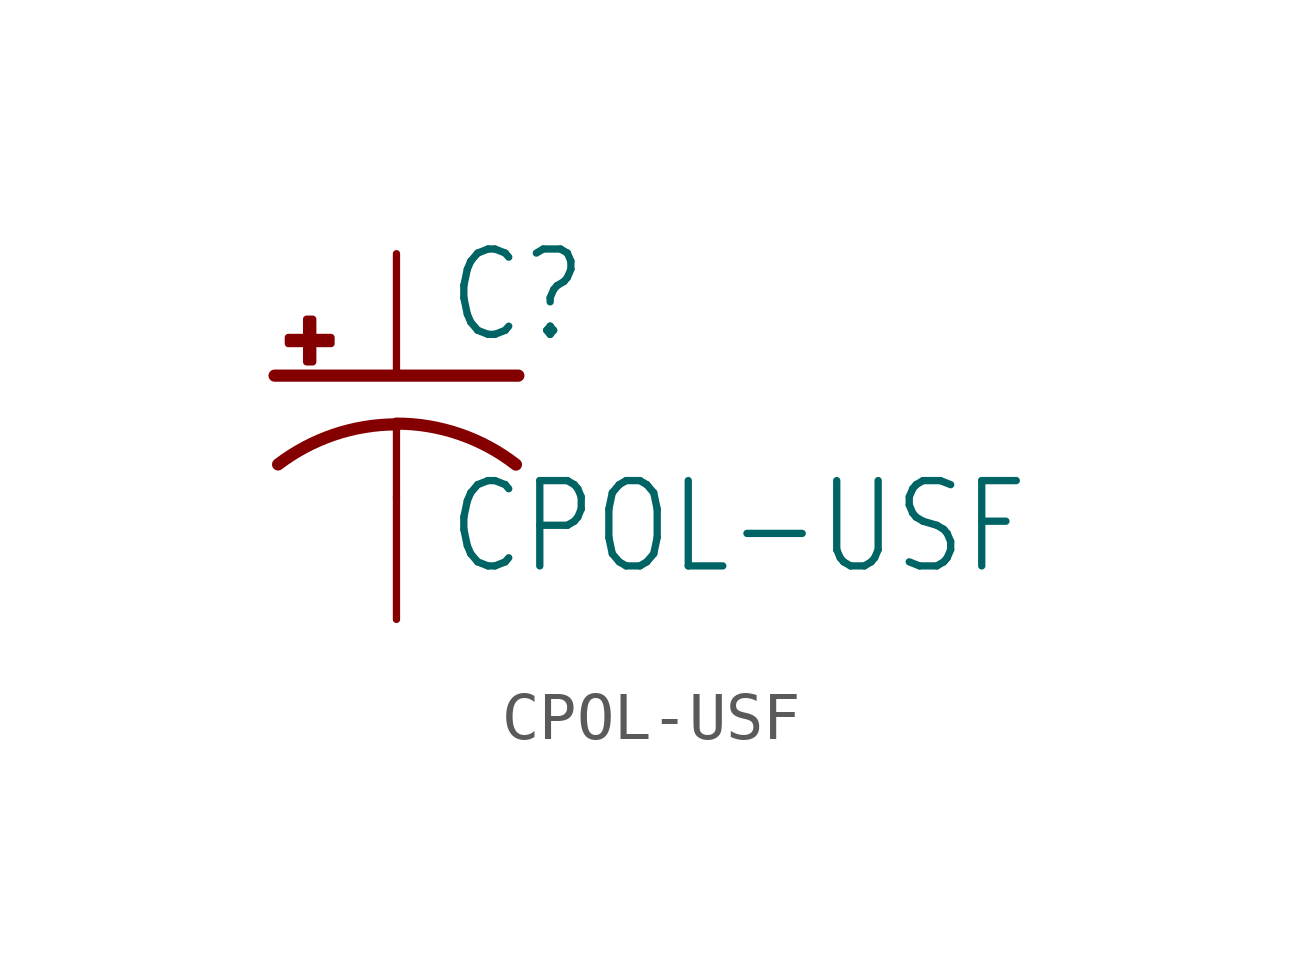
<source format=kicad_sym>
(kicad_symbol_lib
  (version 20220331)
  (generator kicad_symbol_editor)
  (symbol "CPOL-USF"
    (property "Reference" "C"
      (at 1.016 0.635 0)
      (effects (font (size 1.778 1.511)) (justify left bottom)))
    (property "Value" "CPOL-USF"
      (at 1.016 -4.191 0)
      (effects (font (size 1.778 1.511)) (justify left bottom)))
    (property "ki_locked" ""
      (at 0 0 0)
      (effects (font (size 1.27 1.27))))
    (symbol "CPOL-USF_1_0"
      (rectangle (start -2.253 0.668) (end -1.364 0.795) (stroke (width 0) (type default)) (fill (type outline)))
      (rectangle (start -1.872 0.287) (end -1.745 1.176) (stroke (width 0) (type default)) (fill (type outline)))
      (arc (start 0 -1.0161) (mid -1.3021 -1.2302) (end -2.4669 -1.8504) (stroke (width 0.254) (type solid)) (fill (type none)))
      (polyline (pts (xy -2.54 0) (xy 2.54 0)) (stroke (width 0.254) (type solid)) (fill (type none)))
      (polyline (pts (xy 0 -1.016) (xy 0 -2.54)) (stroke (width 0.152) (type solid)) (fill (type none)))
      (arc (start 2.4892 -1.8542) (mid 1.3158 -1.2195) (end 0 -1) (stroke (width 0.254) (type solid)) (fill (type none)))
      (pin passive line (at 0 2.54 270) (length 2.54) (name "+" (effects (font (size 0 0)))) (number "+" (effects (font (size 0 0)))))
      (pin passive line (at 0 -5.08 90) (length 2.54) (name "-" (effects (font (size 0 0)))) (number "-" (effects (font (size 0 0))))))))
</source>
